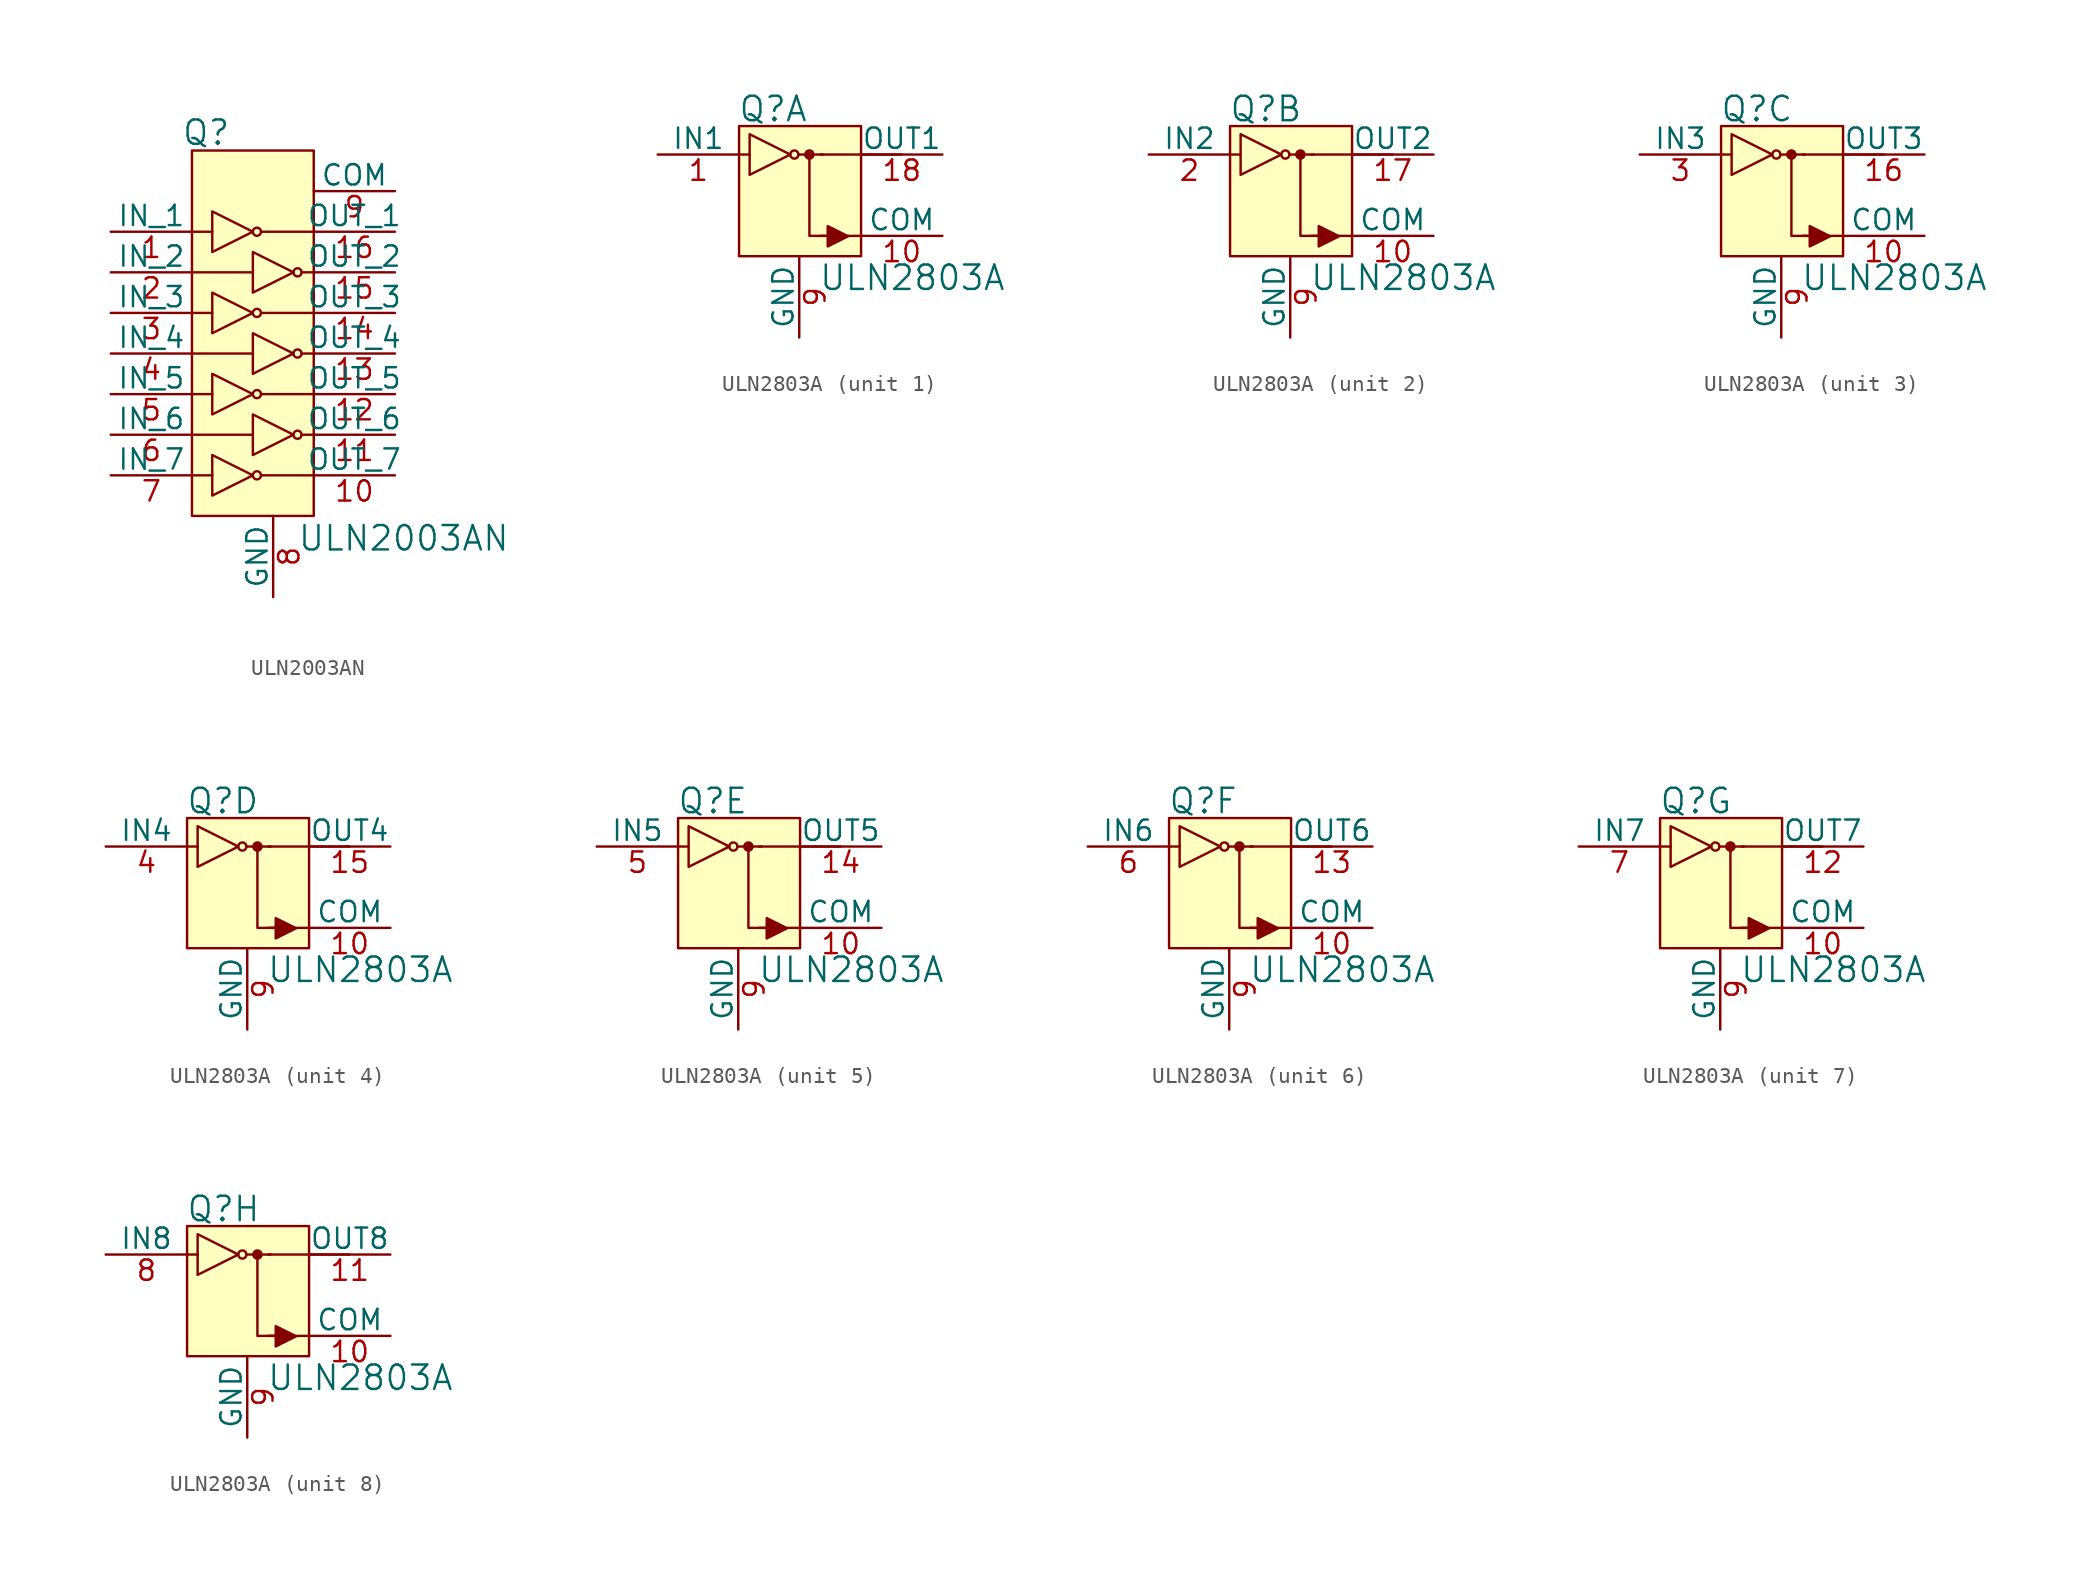
<source format=kicad_sym>
(kicad_symbol_lib
  (version 20220914)
  (generator kicad_symbol_editor)
  (symbol "ULN2003AN"
    (pin_names
      (offset 0))
    (property "Reference" "Q"
      (at -4.191 13.818 0)
      (effects (font (size 1.524 1.524))))
    (property "Value" "ULN2003AN"
      (at 1.499 -11.557 0)
      (effects (font (size 1.524 1.524)) (justify left)))
    (symbol "ULN2003AN_0_1"
      (rectangle (start -5.08 12.7) (end 2.54 -10.16) (stroke (width 0) (type default)) (fill (type background)))
      (circle (center -1.016 -7.62) (radius 0.254) (stroke (width 0) (type default)) (fill (type none)))
      (circle (center -1.016 -2.54) (radius 0.254) (stroke (width 0) (type default)) (fill (type none)))
      (circle (center -1.016 2.54) (radius 0.254) (stroke (width 0) (type default)) (fill (type none)))
      (circle (center -1.016 7.62) (radius 0.254) (stroke (width 0) (type default)) (fill (type none)))
      (polyline (pts (xy -5.08 -5.08) (xy -1.27 -5.08)) (stroke (width 0) (type default)) (fill (type none)))
      (polyline (pts (xy -5.08 7.62) (xy -3.81 7.62)) (stroke (width 0) (type default)) (fill (type none)))
      (polyline (pts (xy -3.81 -7.62) (xy -5.08 -7.62)) (stroke (width 0) (type default)) (fill (type none)))
      (polyline (pts (xy -3.81 -2.54) (xy -5.08 -2.54)) (stroke (width 0) (type default)) (fill (type none)))
      (polyline (pts (xy -3.81 2.54) (xy -5.08 2.54)) (stroke (width 0) (type default)) (fill (type none)))
      (polyline (pts (xy -1.27 0) (xy -5.08 0)) (stroke (width 0) (type default)) (fill (type none)))
      (polyline (pts (xy -1.27 5.08) (xy -5.08 5.08)) (stroke (width 0) (type default)) (fill (type none)))
      (polyline (pts (xy -0.762 -7.62) (xy 2.54 -7.62)) (stroke (width 0) (type default)) (fill (type none)))
      (polyline (pts (xy -0.762 -2.54) (xy 2.54 -2.54)) (stroke (width 0) (type default)) (fill (type none)))
      (polyline (pts (xy -0.762 2.54) (xy 2.54 2.54)) (stroke (width 0) (type default)) (fill (type none)))
      (polyline (pts (xy -0.762 7.62) (xy 2.54 7.62)) (stroke (width 0) (type default)) (fill (type none)))
      (polyline (pts (xy 1.778 -5.08) (xy 2.54 -5.08)) (stroke (width 0) (type default)) (fill (type none)))
      (polyline (pts (xy 1.778 0) (xy 2.54 0)) (stroke (width 0) (type default)) (fill (type none)))
      (polyline (pts (xy 1.778 5.08) (xy 2.54 5.08)) (stroke (width 0) (type default)) (fill (type none)))
      (polyline (pts (xy -3.81 -6.35) (xy -3.81 -8.89) (xy -1.27 -7.62) (xy -3.81 -6.35)) (stroke (width 0) (type default)) (fill (type none)))
      (polyline (pts (xy -3.81 -1.27) (xy -3.81 -3.81) (xy -1.27 -2.54) (xy -3.81 -1.27)) (stroke (width 0) (type default)) (fill (type none)))
      (polyline (pts (xy -3.81 3.81) (xy -3.81 1.27) (xy -1.27 2.54) (xy -3.81 3.81)) (stroke (width 0) (type default)) (fill (type none)))
      (polyline (pts (xy -3.81 8.89) (xy -3.81 6.35) (xy -1.27 7.62) (xy -3.81 8.89)) (stroke (width 0) (type default)) (fill (type none)))
      (polyline (pts (xy -1.27 -3.81) (xy -1.27 -6.35) (xy 1.27 -5.08) (xy -1.27 -3.81)) (stroke (width 0) (type default)) (fill (type none)))
      (polyline (pts (xy -1.27 1.27) (xy -1.27 -1.27) (xy 1.27 0) (xy -1.27 1.27)) (stroke (width 0) (type default)) (fill (type none)))
      (polyline (pts (xy -1.27 6.35) (xy -1.27 3.81) (xy 1.27 5.08) (xy -1.27 6.35)) (stroke (width 0) (type default)) (fill (type none)))
      (circle (center 1.524 -5.08) (radius 0.254) (stroke (width 0) (type default)) (fill (type none)))
      (circle (center 1.524 0) (radius 0.254) (stroke (width 0) (type default)) (fill (type none)))
      (circle (center 1.524 5.08) (radius 0.254) (stroke (width 0) (type default)) (fill (type none))))
    (symbol "ULN2003AN_1_1"
      (pin input line (at -10.16 7.62 0) (length 5.08) (name "IN_1" (effects (font (size 1.27 1.27)))) (number "1" (effects (font (size 1.27 1.27)))))
      (pin output line (at 7.62 -7.62 180) (length 5.08) (name "OUT_7" (effects (font (size 1.27 1.27)))) (number "10" (effects (font (size 1.27 1.27)))))
      (pin output line (at 7.62 -5.08 180) (length 5.08) (name "OUT_6" (effects (font (size 1.27 1.27)))) (number "11" (effects (font (size 1.27 1.27)))))
      (pin output line (at 7.62 -2.54 180) (length 5.08) (name "OUT_5" (effects (font (size 1.27 1.27)))) (number "12" (effects (font (size 1.27 1.27)))))
      (pin output line (at 7.62 0 180) (length 5.08) (name "OUT_4" (effects (font (size 1.27 1.27)))) (number "13" (effects (font (size 1.27 1.27)))))
      (pin output line (at 7.62 2.54 180) (length 5.08) (name "OUT_3" (effects (font (size 1.27 1.27)))) (number "14" (effects (font (size 1.27 1.27)))))
      (pin output line (at 7.62 5.08 180) (length 5.08) (name "OUT_2" (effects (font (size 1.27 1.27)))) (number "15" (effects (font (size 1.27 1.27)))))
      (pin output line (at 7.62 7.62 180) (length 5.08) (name "OUT_1" (effects (font (size 1.27 1.27)))) (number "16" (effects (font (size 1.27 1.27)))))
      (pin input line (at -10.16 5.08 0) (length 5.08) (name "IN_2" (effects (font (size 1.27 1.27)))) (number "2" (effects (font (size 1.27 1.27)))))
      (pin input line (at -10.16 2.54 0) (length 5.08) (name "IN_3" (effects (font (size 1.27 1.27)))) (number "3" (effects (font (size 1.27 1.27)))))
      (pin input line (at -10.16 0 0) (length 5.08) (name "IN_4" (effects (font (size 1.27 1.27)))) (number "4" (effects (font (size 1.27 1.27)))))
      (pin input line (at -10.16 -2.54 0) (length 5.08) (name "IN_5" (effects (font (size 1.27 1.27)))) (number "5" (effects (font (size 1.27 1.27)))))
      (pin input line (at -10.16 -5.08 0) (length 5.08) (name "IN_6" (effects (font (size 1.27 1.27)))) (number "6" (effects (font (size 1.27 1.27)))))
      (pin input line (at -10.16 -7.62 0) (length 5.08) (name "IN_7" (effects (font (size 1.27 1.27)))) (number "7" (effects (font (size 1.27 1.27)))))
      (pin power_in line (at 0 -15.24 90) (length 5.08) (name "GND" (effects (font (size 1.27 1.27)))) (number "8" (effects (font (size 1.27 1.27)))))
      (pin output line (at 7.62 10.16 180) (length 5.08) (name "COM" (effects (font (size 1.27 1.27)))) (number "9" (effects (font (size 1.27 1.27)))))))
  (symbol "ULN2803A"
    (pin_names
      (offset 0))
    (property "Reference" "Q"
      (at -3.835 5.41 0)
      (effects (font (size 1.524 1.524)) (justify left)))
    (property "Value" "ULN2803A"
      (at 1.194 -5.131 0)
      (effects (font (size 1.524 1.524)) (justify left)))
    (property "ki_locked" ""
      (at 0 0 0)
      (effects (font (size 1.27 1.27))))
    (symbol "ULN2803A_0_1"
      (rectangle (start -3.759 4.343) (end 3.861 -3.785) (stroke (width 0) (type default)) (fill (type background)))
      (circle (center -0.305 2.565) (radius 0.254) (stroke (width 0) (type default)) (fill (type none)))
      (polyline (pts (xy -3.785 2.565) (xy -3.099 2.565)) (stroke (width 0) (type default)) (fill (type none)))
      (polyline (pts (xy -0.051 2.565) (xy 1.473 2.565)) (stroke (width 0) (type default)) (fill (type none)))
      (polyline (pts (xy 1.321 2.565) (xy 6.401 2.565)) (stroke (width 0) (type default)) (fill (type none)))
      (polyline (pts (xy 3.861 -2.515) (xy 1.321 -2.515)) (stroke (width 0) (type default)) (fill (type none)))
      (polyline (pts (xy 2.159 -2.515) (xy 0.635 -2.515) (xy 0.635 2.565)) (stroke (width 0) (type default)) (fill (type none)))
      (polyline (pts (xy -3.099 3.835) (xy -3.099 1.295) (xy -0.559 2.565) (xy -3.099 3.835)) (stroke (width 0) (type default)) (fill (type none)))
      (polyline (pts (xy 1.778 -1.905) (xy 1.778 -3.175) (xy 3.048 -2.54) (xy 1.778 -1.905)) (stroke (width 0) (type default)) (fill (type outline)))
      (circle (center 0.635 2.565) (radius 0.254) (stroke (width 0) (type default)) (fill (type outline)))
      (pin output line (at 8.941 -2.515 180) (length 5.08) (name "COM" (effects (font (size 1.27 1.27)))) (number "10" (effects (font (size 1.27 1.27)))))
      (pin power_in line (at 0 -8.865 90) (length 5.08) (name "GND" (effects (font (size 1.27 1.27)))) (number "9" (effects (font (size 1.27 1.27))))))
    (symbol "ULN2803A_1_1"
      (pin input line (at -8.839 2.565 0) (length 5.08) (name "IN1" (effects (font (size 1.27 1.27)))) (number "1" (effects (font (size 1.27 1.27)))))
      (pin output line (at 8.941 2.565 180) (length 5.08) (name "OUT1" (effects (font (size 1.27 1.27)))) (number "18" (effects (font (size 1.27 1.27))))))
    (symbol "ULN2803A_2_1"
      (pin output line (at 8.941 2.565 180) (length 5.08) (name "OUT2" (effects (font (size 1.27 1.27)))) (number "17" (effects (font (size 1.27 1.27)))))
      (pin input line (at -8.839 2.565 0) (length 5.08) (name "IN2" (effects (font (size 1.27 1.27)))) (number "2" (effects (font (size 1.27 1.27))))))
    (symbol "ULN2803A_3_1"
      (pin output line (at 8.941 2.565 180) (length 5.08) (name "OUT3" (effects (font (size 1.27 1.27)))) (number "16" (effects (font (size 1.27 1.27)))))
      (pin input line (at -8.839 2.565 0) (length 5.08) (name "IN3" (effects (font (size 1.27 1.27)))) (number "3" (effects (font (size 1.27 1.27))))))
    (symbol "ULN2803A_4_1"
      (pin output line (at 8.941 2.565 180) (length 5.08) (name "OUT4" (effects (font (size 1.27 1.27)))) (number "15" (effects (font (size 1.27 1.27)))))
      (pin input line (at -8.839 2.565 0) (length 5.08) (name "IN4" (effects (font (size 1.27 1.27)))) (number "4" (effects (font (size 1.27 1.27))))))
    (symbol "ULN2803A_5_1"
      (pin output line (at 8.941 2.565 180) (length 5.08) (name "OUT5" (effects (font (size 1.27 1.27)))) (number "14" (effects (font (size 1.27 1.27)))))
      (pin input line (at -8.839 2.565 0) (length 5.08) (name "IN5" (effects (font (size 1.27 1.27)))) (number "5" (effects (font (size 1.27 1.27))))))
    (symbol "ULN2803A_6_1"
      (pin output line (at 8.941 2.565 180) (length 5.08) (name "OUT6" (effects (font (size 1.27 1.27)))) (number "13" (effects (font (size 1.27 1.27)))))
      (pin input line (at -8.839 2.565 0) (length 5.08) (name "IN6" (effects (font (size 1.27 1.27)))) (number "6" (effects (font (size 1.27 1.27))))))
    (symbol "ULN2803A_7_1"
      (pin output line (at 8.941 2.565 180) (length 5.08) (name "OUT7" (effects (font (size 1.27 1.27)))) (number "12" (effects (font (size 1.27 1.27)))))
      (pin input line (at -8.839 2.565 0) (length 5.08) (name "IN7" (effects (font (size 1.27 1.27)))) (number "7" (effects (font (size 1.27 1.27))))))
    (symbol "ULN2803A_8_1"
      (pin output line (at 8.941 2.565 180) (length 5.08) (name "OUT8" (effects (font (size 1.27 1.27)))) (number "11" (effects (font (size 1.27 1.27)))))
      (pin input line (at -8.839 2.565 0) (length 5.08) (name "IN8" (effects (font (size 1.27 1.27)))) (number "8" (effects (font (size 1.27 1.27))))))))
</source>
